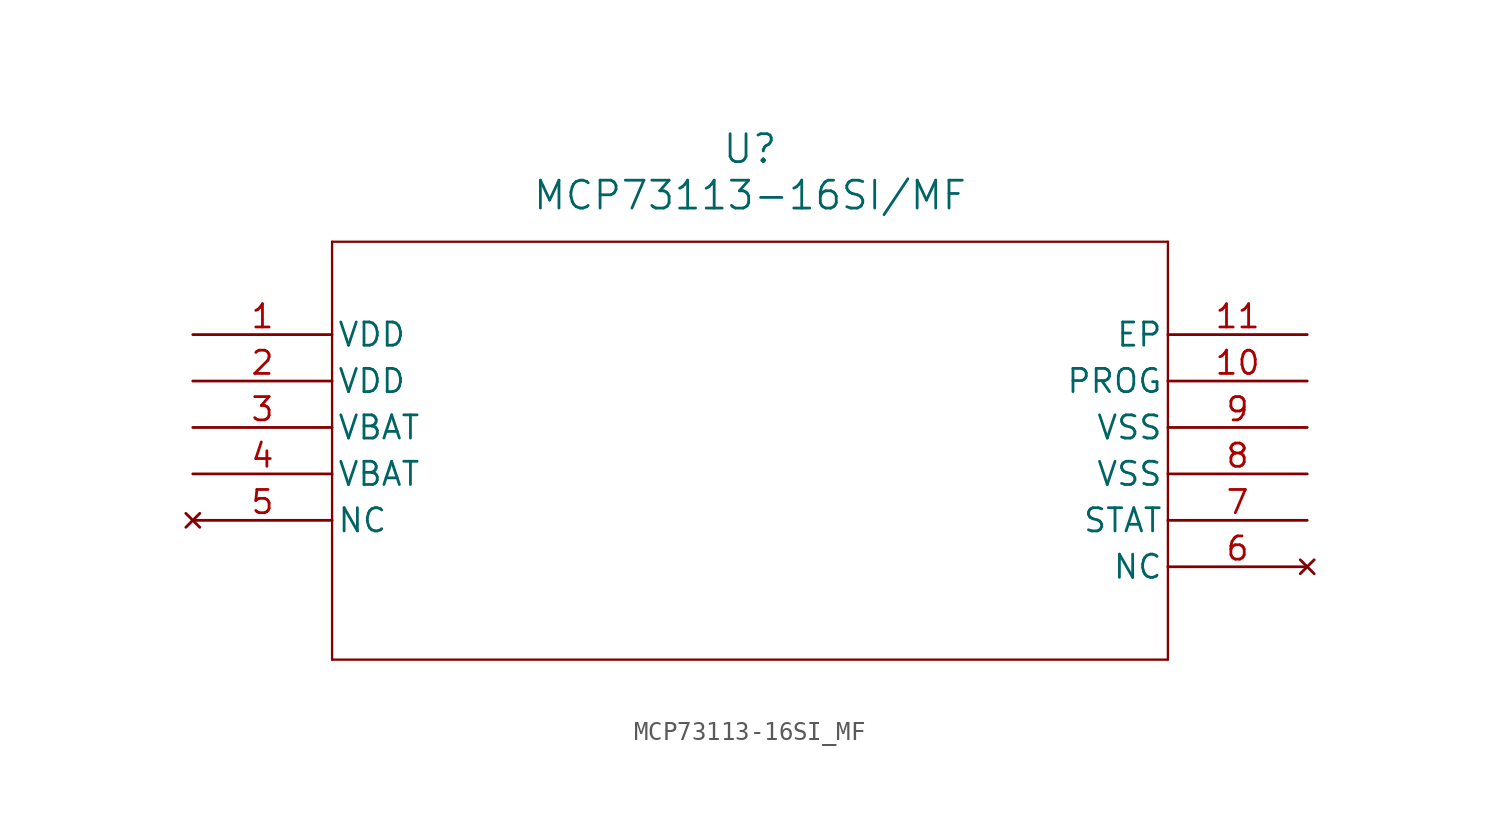
<source format=kicad_sym>
(kicad_symbol_lib
  (version 20211014)
  (generator kicad_symbol_editor)
  (symbol "MCP73113-16SI_MF"
    (pin_names
      (offset 0.254))
    (property "Reference" "U"
      (at 30.48 10.16 0)
      (effects (font (size 1.524 1.524))))
    (property "Value" "MCP73113-16SI/MF"
      (at 30.48 7.62 0)
      (effects (font (size 1.524 1.524))))
    (symbol "MCP73113-16SI_MF_0_1"
      (polyline (pts (xy 7.62 5.08) (xy 7.62 -17.78)) (stroke (width 0.127) (type default) (color 0 0 0 0)) (fill (type none)))
      (polyline (pts (xy 7.62 -17.78) (xy 53.34 -17.78)) (stroke (width 0.127) (type default) (color 0 0 0 0)) (fill (type none)))
      (polyline (pts (xy 53.34 -17.78) (xy 53.34 5.08)) (stroke (width 0.127) (type default) (color 0 0 0 0)) (fill (type none)))
      (polyline (pts (xy 53.34 5.08) (xy 7.62 5.08)) (stroke (width 0.127) (type default) (color 0 0 0 0)) (fill (type none)))
      (pin power_in line (at 0 0 0) (length 7.62) (name "VDD" (effects (font (size 1.27 1.27)))) (number "1" (effects (font (size 1.27 1.27)))))
      (pin power_in line (at 0 -2.54 0) (length 7.62) (name "VDD" (effects (font (size 1.27 1.27)))) (number "2" (effects (font (size 1.27 1.27)))))
      (pin power_in line (at 0 -5.08 0) (length 7.62) (name "VBAT" (effects (font (size 1.27 1.27)))) (number "3" (effects (font (size 1.27 1.27)))))
      (pin power_in line (at 0 -7.62 0) (length 7.62) (name "VBAT" (effects (font (size 1.27 1.27)))) (number "4" (effects (font (size 1.27 1.27)))))
      (pin no_connect line (at 0 -10.16 0) (length 7.62) (name "NC" (effects (font (size 1.27 1.27)))) (number "5" (effects (font (size 1.27 1.27)))))
      (pin no_connect line (at 60.96 -12.7 180) (length 7.62) (name "NC" (effects (font (size 1.27 1.27)))) (number "6" (effects (font (size 1.27 1.27)))))
      (pin output line (at 60.96 -10.16 180) (length 7.62) (name "STAT" (effects (font (size 1.27 1.27)))) (number "7" (effects (font (size 1.27 1.27)))))
      (pin power_in line (at 60.96 -7.62 180) (length 7.62) (name "VSS" (effects (font (size 1.27 1.27)))) (number "8" (effects (font (size 1.27 1.27)))))
      (pin power_in line (at 60.96 -5.08 180) (length 7.62) (name "VSS" (effects (font (size 1.27 1.27)))) (number "9" (effects (font (size 1.27 1.27)))))
      (pin unspecified line (at 60.96 -2.54 180) (length 7.62) (name "PROG" (effects (font (size 1.27 1.27)))) (number "10" (effects (font (size 1.27 1.27)))))
      (pin unspecified line (at 60.96 0 180) (length 7.62) (name "EP" (effects (font (size 1.27 1.27)))) (number "11" (effects (font (size 1.27 1.27))))))))
</source>
